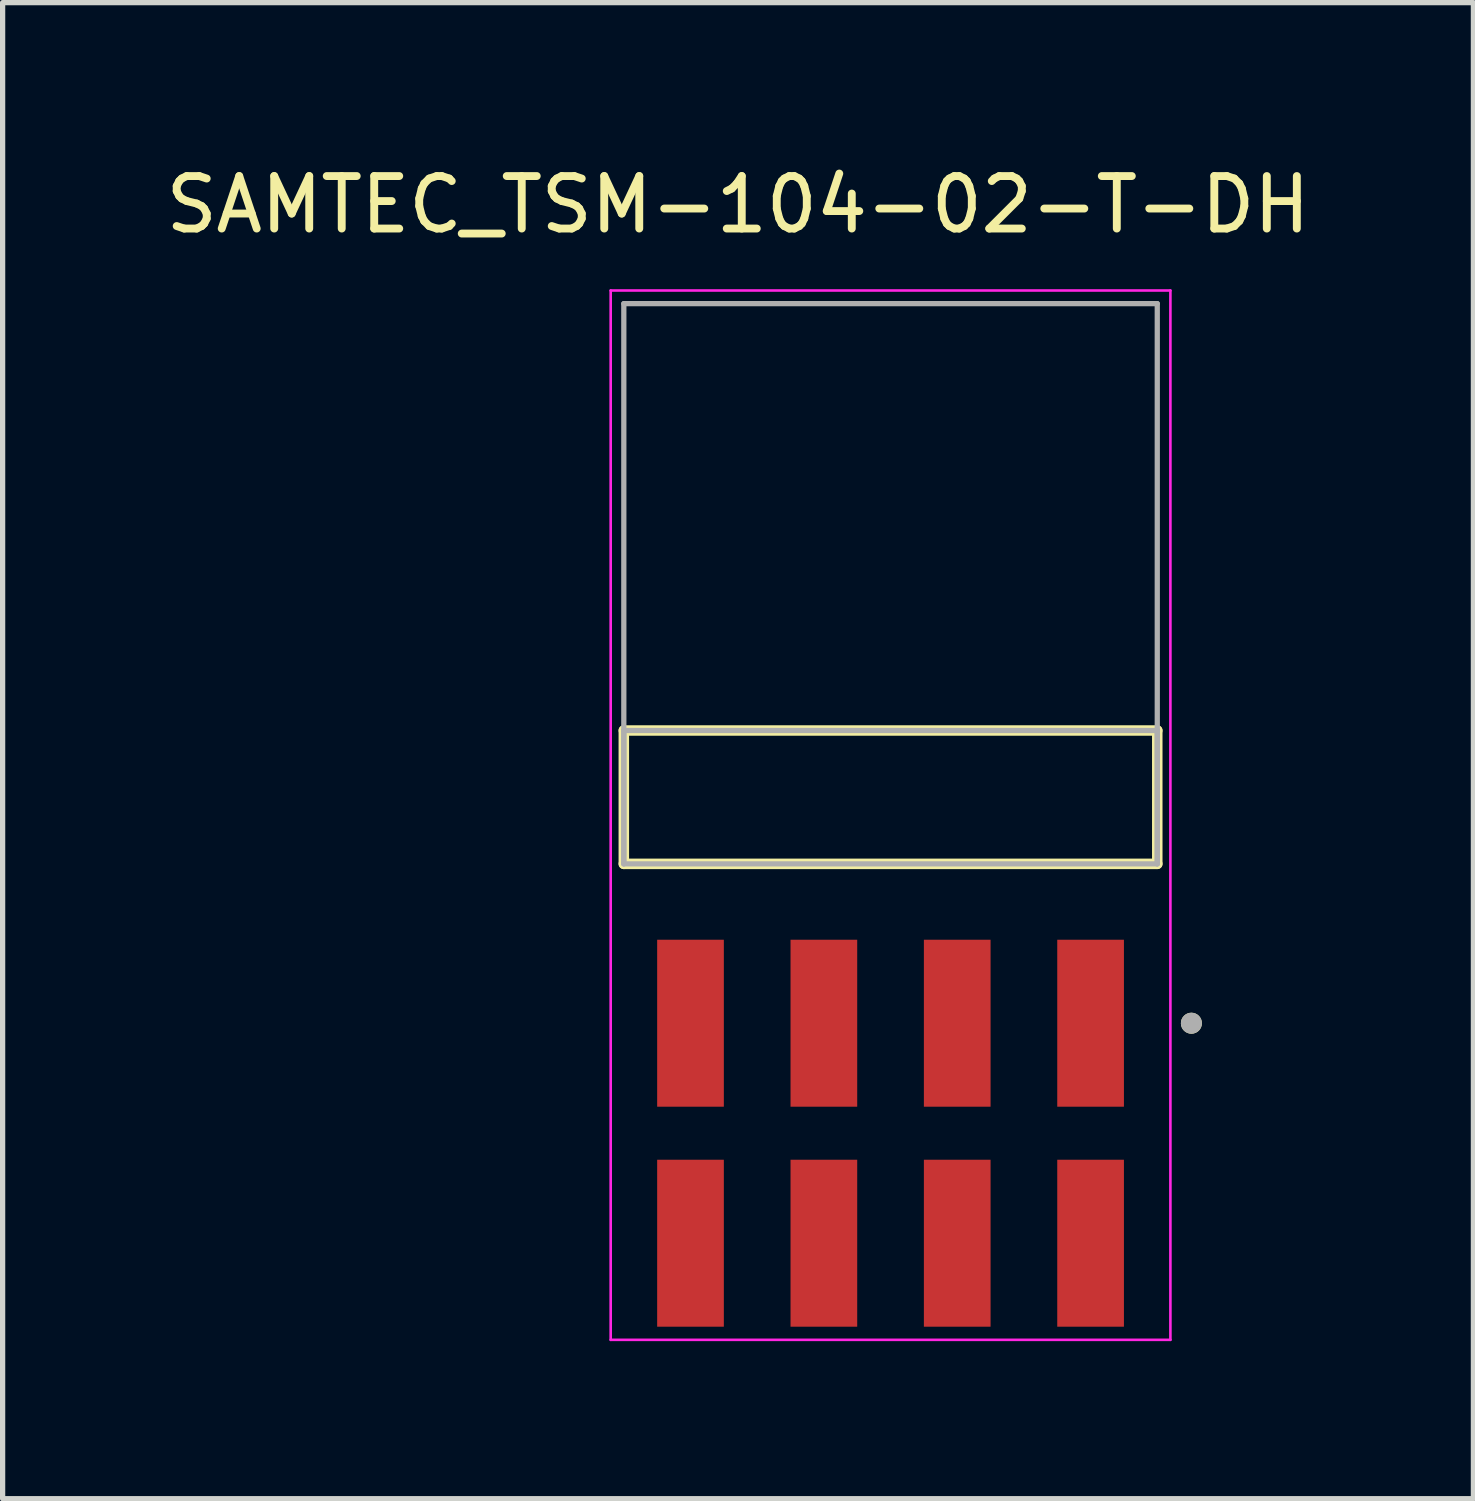
<source format=kicad_pcb>
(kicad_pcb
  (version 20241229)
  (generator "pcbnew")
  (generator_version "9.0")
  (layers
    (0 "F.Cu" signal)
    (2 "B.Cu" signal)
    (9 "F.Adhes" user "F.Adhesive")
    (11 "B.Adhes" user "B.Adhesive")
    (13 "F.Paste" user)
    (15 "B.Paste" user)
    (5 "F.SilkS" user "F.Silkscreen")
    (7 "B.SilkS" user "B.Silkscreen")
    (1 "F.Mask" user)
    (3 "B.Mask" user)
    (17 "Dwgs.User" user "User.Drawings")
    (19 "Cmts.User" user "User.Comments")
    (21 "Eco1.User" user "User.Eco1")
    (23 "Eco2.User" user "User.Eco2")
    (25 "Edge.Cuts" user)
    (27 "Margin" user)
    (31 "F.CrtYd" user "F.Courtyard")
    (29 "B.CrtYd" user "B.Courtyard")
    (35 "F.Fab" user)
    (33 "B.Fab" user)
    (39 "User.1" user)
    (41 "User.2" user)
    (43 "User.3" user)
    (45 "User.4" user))
  (footprint "SAMTEC_TSM-104-02-T-DH"
    (layer "F.Cu")
    (at 13.911 12.133)
    (property "Reference" "SAMTEC_TSM-104-02-T-DH" (at -2.905 -11.285 0) (layer "F.SilkS") (effects (font (size 1 1) (thickness 0.15))))
    (attr through_hole)
    (fp_line (start -5.08 1.27) (end -5.08 -1.27) (stroke (width 0.2) (type solid)) (layer "F.SilkS"))
    (fp_line (start 5.08 -1.27) (end -5.08 -1.27) (stroke (width 0.2) (type solid)) (layer "F.SilkS"))
    (fp_line (start 5.08 -1.27) (end 5.08 1.27) (stroke (width 0.2) (type solid)) (layer "F.SilkS"))
    (fp_line (start 5.08 1.27) (end -5.08 1.27) (stroke (width 0.2) (type solid)) (layer "F.SilkS"))
    (fp_circle (center 5.73 4.305) (end 5.83 4.305) (stroke (width 0.2) (type solid)) (fill no) (layer "F.SilkS"))
    (fp_line (start -5.33 -9.65) (end 5.33 -9.65) (stroke (width 0.05) (type solid)) (layer "F.CrtYd"))
    (fp_line (start -5.33 10.335) (end -5.33 -9.65) (stroke (width 0.05) (type solid)) (layer "F.CrtYd"))
    (fp_line (start 5.33 -9.65) (end 5.33 10.335) (stroke (width 0.05) (type solid)) (layer "F.CrtYd"))
    (fp_line (start 5.33 10.335) (end -5.33 10.335) (stroke (width 0.05) (type solid)) (layer "F.CrtYd"))
    (fp_line (start -5.08 -9.4) (end 5.08 -9.4) (stroke (width 0.1) (type solid)) (layer "F.Fab"))
    (fp_line (start -5.08 -1.27) (end 5.08 -1.27) (stroke (width 0.1) (type solid)) (layer "F.Fab"))
    (fp_line (start -5.08 1.27) (end -5.08 -9.4) (stroke (width 0.1) (type solid)) (layer "F.Fab"))
    (fp_line (start -5.08 1.27) (end -5.08 -1.27) (stroke (width 0.1) (type solid)) (layer "F.Fab"))
    (fp_line (start 5.08 -9.4) (end 5.08 1.27) (stroke (width 0.1) (type solid)) (layer "F.Fab"))
    (fp_line (start 5.08 -1.27) (end 5.08 1.27) (stroke (width 0.1) (type solid)) (layer "F.Fab"))
    (fp_line (start 5.08 1.27) (end -5.08 1.27) (stroke (width 0.1) (type solid)) (layer "F.Fab"))
    (fp_circle (center 5.73 4.305) (end 5.83 4.305) (stroke (width 0.2) (type solid)) (fill no) (layer "F.Fab"))
    (pad "01" smd rect (at 3.81 4.305) (size 1.27 3.18) (layers "F.Cu" "F.Mask" "F.Paste"))
    (pad "02" smd rect (at 3.81 8.495) (size 1.27 3.18) (layers "F.Cu" "F.Mask" "F.Paste"))
    (pad "03" smd rect (at 1.27 4.305) (size 1.27 3.18) (layers "F.Cu" "F.Mask" "F.Paste"))
    (pad "04" smd rect (at 1.27 8.495) (size 1.27 3.18) (layers "F.Cu" "F.Mask" "F.Paste"))
    (pad "05" smd rect (at -1.27 4.305) (size 1.27 3.18) (layers "F.Cu" "F.Mask" "F.Paste"))
    (pad "06" smd rect (at -1.27 8.495) (size 1.27 3.18) (layers "F.Cu" "F.Mask" "F.Paste"))
    (pad "07" smd rect (at -3.81 4.305) (size 1.27 3.18) (layers "F.Cu" "F.Mask" "F.Paste"))
    (pad "08" smd rect (at -3.81 8.495) (size 1.27 3.18) (layers "F.Cu" "F.Mask" "F.Paste")))
  (gr_rect
    (start -3 -3)
    (end 25.012 25.493)
    (stroke (width 0.1) (type default))
    (fill no)
    (layer "Edge.Cuts")))
</source>
